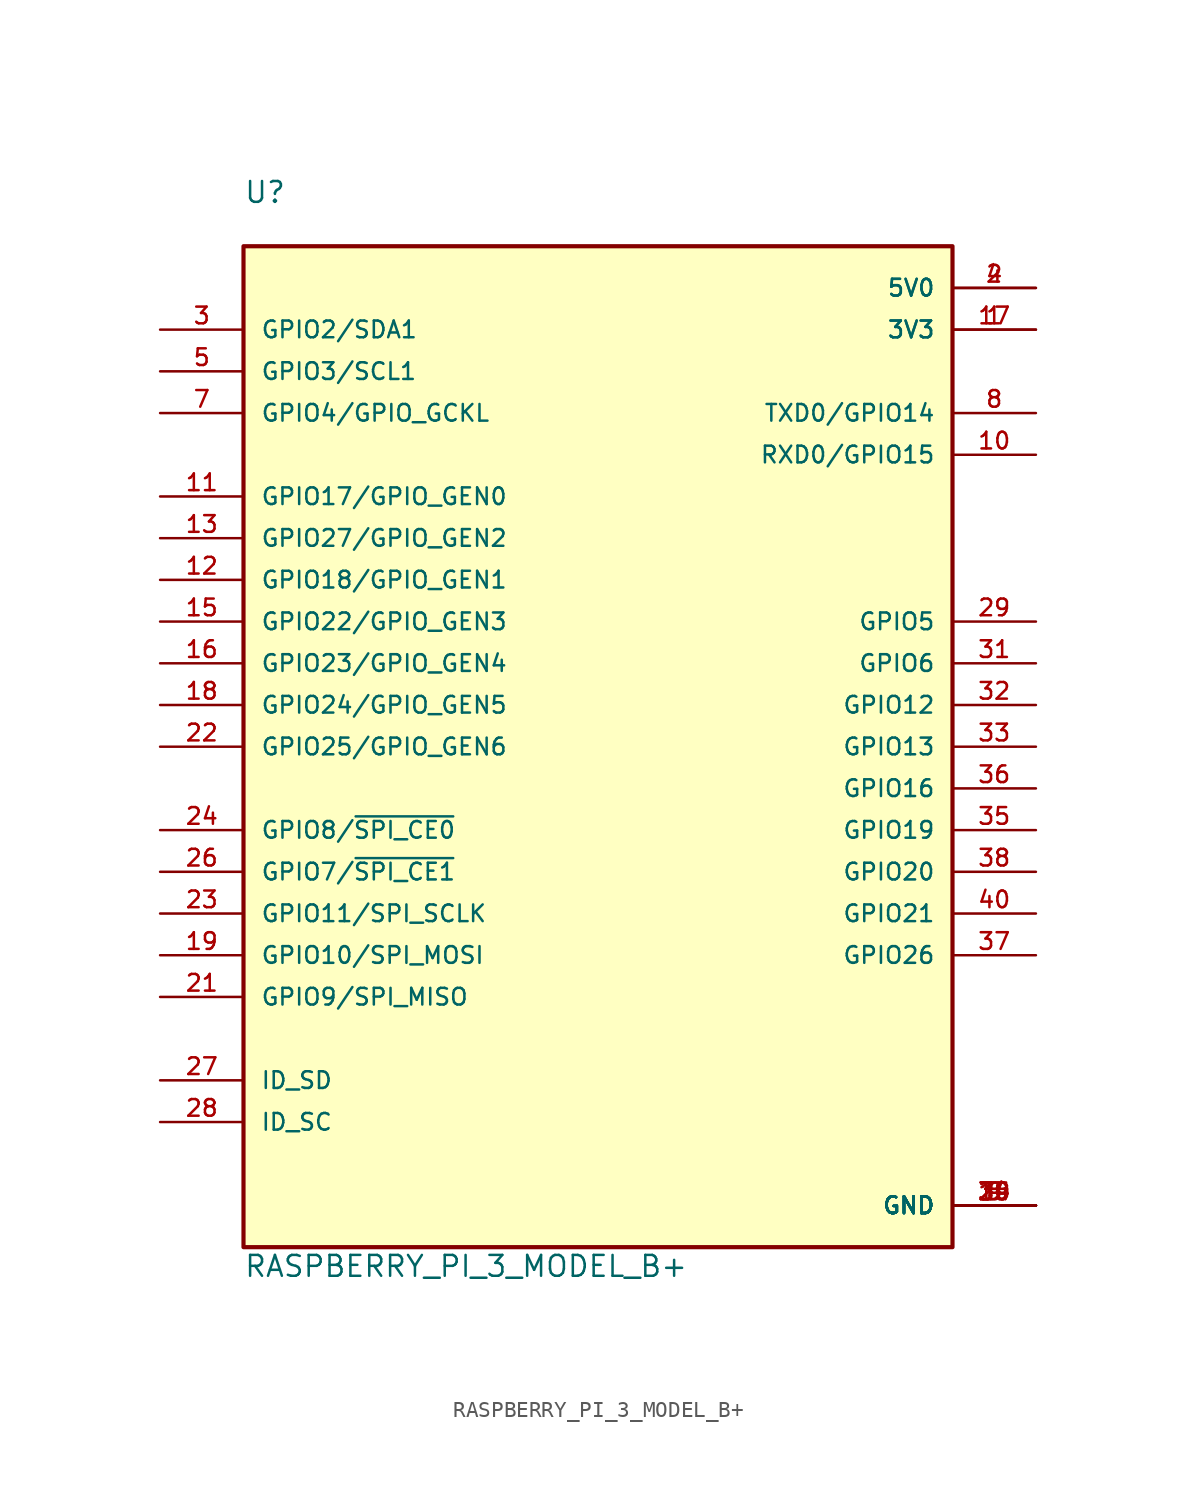
<source format=kicad_sym>
(kicad_symbol_lib
  (version 20241209)
  (generator "kicad_symbol_editor")
  (generator_version "9.0")
  (symbol "RASPBERRY_PI_3_MODEL_B+"
    (pin_names
      (offset 1.016))
    (property "Reference" "U"
      (at -22.86 27.94 0)
      (effects (font (size 1.27 1.27)) (justify left bottom)))
    (property "Value" "RASPBERRY_PI_3_MODEL_B+"
      (at -22.86 -37.465 0)
      (effects (font (size 1.27 1.27)) (justify left bottom)))
    (property "ki_locked" ""
      (at 0 0 0)
      (effects (font (size 1.27 1.27))))
    (symbol "RASPBERRY_PI_3_MODEL_B+_0_0"
      (rectangle (start -22.86 -35.56) (end 20.32 25.4) (stroke (width 0.254) (type default)) (fill (type background)))
      (pin bidirectional line (at -27.94 20.32 0) (length 5.08) (name "GPIO2/SDA1" (effects (font (size 1.016 1.016)))) (number "3" (effects (font (size 1.016 1.016)))))
      (pin bidirectional line (at -27.94 17.78 0) (length 5.08) (name "GPIO3/SCL1" (effects (font (size 1.016 1.016)))) (number "5" (effects (font (size 1.016 1.016)))))
      (pin bidirectional line (at -27.94 15.24 0) (length 5.08) (name "GPIO4/GPIO_GCKL" (effects (font (size 1.016 1.016)))) (number "7" (effects (font (size 1.016 1.016)))))
      (pin bidirectional line (at -27.94 10.16 0) (length 5.08) (name "GPIO17/GPIO_GEN0" (effects (font (size 1.016 1.016)))) (number "11" (effects (font (size 1.016 1.016)))))
      (pin bidirectional line (at -27.94 7.62 0) (length 5.08) (name "GPIO27/GPIO_GEN2" (effects (font (size 1.016 1.016)))) (number "13" (effects (font (size 1.016 1.016)))))
      (pin bidirectional line (at -27.94 5.08 0) (length 5.08) (name "GPIO18/GPIO_GEN1" (effects (font (size 1.016 1.016)))) (number "12" (effects (font (size 1.016 1.016)))))
      (pin bidirectional line (at -27.94 2.54 0) (length 5.08) (name "GPIO22/GPIO_GEN3" (effects (font (size 1.016 1.016)))) (number "15" (effects (font (size 1.016 1.016)))))
      (pin bidirectional line (at -27.94 0 0) (length 5.08) (name "GPIO23/GPIO_GEN4" (effects (font (size 1.016 1.016)))) (number "16" (effects (font (size 1.016 1.016)))))
      (pin bidirectional line (at -27.94 -2.54 0) (length 5.08) (name "GPIO24/GPIO_GEN5" (effects (font (size 1.016 1.016)))) (number "18" (effects (font (size 1.016 1.016)))))
      (pin bidirectional line (at -27.94 -5.08 0) (length 5.08) (name "GPIO25/GPIO_GEN6" (effects (font (size 1.016 1.016)))) (number "22" (effects (font (size 1.016 1.016)))))
      (pin bidirectional line (at -27.94 -10.16 0) (length 5.08) (name "GPIO8/~{SPI_CE0}" (effects (font (size 1.016 1.016)))) (number "24" (effects (font (size 1.016 1.016)))))
      (pin bidirectional line (at -27.94 -12.7 0) (length 5.08) (name "GPIO7/~{SPI_CE1}" (effects (font (size 1.016 1.016)))) (number "26" (effects (font (size 1.016 1.016)))))
      (pin bidirectional line (at -27.94 -15.24 0) (length 5.08) (name "GPIO11/SPI_SCLK" (effects (font (size 1.016 1.016)))) (number "23" (effects (font (size 1.016 1.016)))))
      (pin bidirectional line (at -27.94 -17.78 0) (length 5.08) (name "GPIO10/SPI_MOSI" (effects (font (size 1.016 1.016)))) (number "19" (effects (font (size 1.016 1.016)))))
      (pin bidirectional line (at -27.94 -20.32 0) (length 5.08) (name "GPIO9/SPI_MISO" (effects (font (size 1.016 1.016)))) (number "21" (effects (font (size 1.016 1.016)))))
      (pin bidirectional line (at -27.94 -25.4 0) (length 5.08) (name "ID_SD" (effects (font (size 1.016 1.016)))) (number "27" (effects (font (size 1.016 1.016)))))
      (pin bidirectional line (at -27.94 -27.94 0) (length 5.08) (name "ID_SC" (effects (font (size 1.016 1.016)))) (number "28" (effects (font (size 1.016 1.016)))))
      (pin power_in line (at 25.4 22.86 180) (length 5.08) (name "5V0" (effects (font (size 1.016 1.016)))) (number "2" (effects (font (size 1.016 1.016)))))
      (pin power_in line (at 25.4 22.86 180) (length 5.08) (name "5V0" (effects (font (size 1.016 1.016)))) (number "4" (effects (font (size 1.016 1.016)))))
      (pin power_in line (at 25.4 20.32 180) (length 5.08) (name "3V3" (effects (font (size 1.016 1.016)))) (number "1" (effects (font (size 1.016 1.016)))))
      (pin power_in line (at 25.4 20.32 180) (length 5.08) (name "3V3" (effects (font (size 1.016 1.016)))) (number "17" (effects (font (size 1.016 1.016)))))
      (pin bidirectional line (at 25.4 15.24 180) (length 5.08) (name "TXD0/GPIO14" (effects (font (size 1.016 1.016)))) (number "8" (effects (font (size 1.016 1.016)))))
      (pin bidirectional line (at 25.4 12.7 180) (length 5.08) (name "RXD0/GPIO15" (effects (font (size 1.016 1.016)))) (number "10" (effects (font (size 1.016 1.016)))))
      (pin bidirectional line (at 25.4 2.54 180) (length 5.08) (name "GPIO5" (effects (font (size 1.016 1.016)))) (number "29" (effects (font (size 1.016 1.016)))))
      (pin bidirectional line (at 25.4 0 180) (length 5.08) (name "GPIO6" (effects (font (size 1.016 1.016)))) (number "31" (effects (font (size 1.016 1.016)))))
      (pin bidirectional line (at 25.4 -2.54 180) (length 5.08) (name "GPIO12" (effects (font (size 1.016 1.016)))) (number "32" (effects (font (size 1.016 1.016)))))
      (pin bidirectional line (at 25.4 -5.08 180) (length 5.08) (name "GPIO13" (effects (font (size 1.016 1.016)))) (number "33" (effects (font (size 1.016 1.016)))))
      (pin bidirectional line (at 25.4 -7.62 180) (length 5.08) (name "GPIO16" (effects (font (size 1.016 1.016)))) (number "36" (effects (font (size 1.016 1.016)))))
      (pin bidirectional line (at 25.4 -10.16 180) (length 5.08) (name "GPIO19" (effects (font (size 1.016 1.016)))) (number "35" (effects (font (size 1.016 1.016)))))
      (pin bidirectional line (at 25.4 -12.7 180) (length 5.08) (name "GPIO20" (effects (font (size 1.016 1.016)))) (number "38" (effects (font (size 1.016 1.016)))))
      (pin bidirectional line (at 25.4 -15.24 180) (length 5.08) (name "GPIO21" (effects (font (size 1.016 1.016)))) (number "40" (effects (font (size 1.016 1.016)))))
      (pin bidirectional line (at 25.4 -17.78 180) (length 5.08) (name "GPIO26" (effects (font (size 1.016 1.016)))) (number "37" (effects (font (size 1.016 1.016)))))
      (pin power_in line (at 25.4 -33.02 180) (length 5.08) (name "GND" (effects (font (size 1.016 1.016)))) (number "14" (effects (font (size 1.016 1.016)))))
      (pin power_in line (at 25.4 -33.02 180) (length 5.08) (name "GND" (effects (font (size 1.016 1.016)))) (number "20" (effects (font (size 1.016 1.016)))))
      (pin power_in line (at 25.4 -33.02 180) (length 5.08) (name "GND" (effects (font (size 1.016 1.016)))) (number "25" (effects (font (size 1.016 1.016)))))
      (pin power_in line (at 25.4 -33.02 180) (length 5.08) (name "GND" (effects (font (size 1.016 1.016)))) (number "30" (effects (font (size 1.016 1.016)))))
      (pin power_in line (at 25.4 -33.02 180) (length 5.08) (name "GND" (effects (font (size 1.016 1.016)))) (number "34" (effects (font (size 1.016 1.016)))))
      (pin power_in line (at 25.4 -33.02 180) (length 5.08) (name "GND" (effects (font (size 1.016 1.016)))) (number "39" (effects (font (size 1.016 1.016)))))
      (pin power_in line (at 25.4 -33.02 180) (length 5.08) (name "GND" (effects (font (size 1.016 1.016)))) (number "6" (effects (font (size 1.016 1.016)))))
      (pin power_in line (at 25.4 -33.02 180) (length 5.08) (name "GND" (effects (font (size 1.016 1.016)))) (number "9" (effects (font (size 1.016 1.016))))))))
</source>
